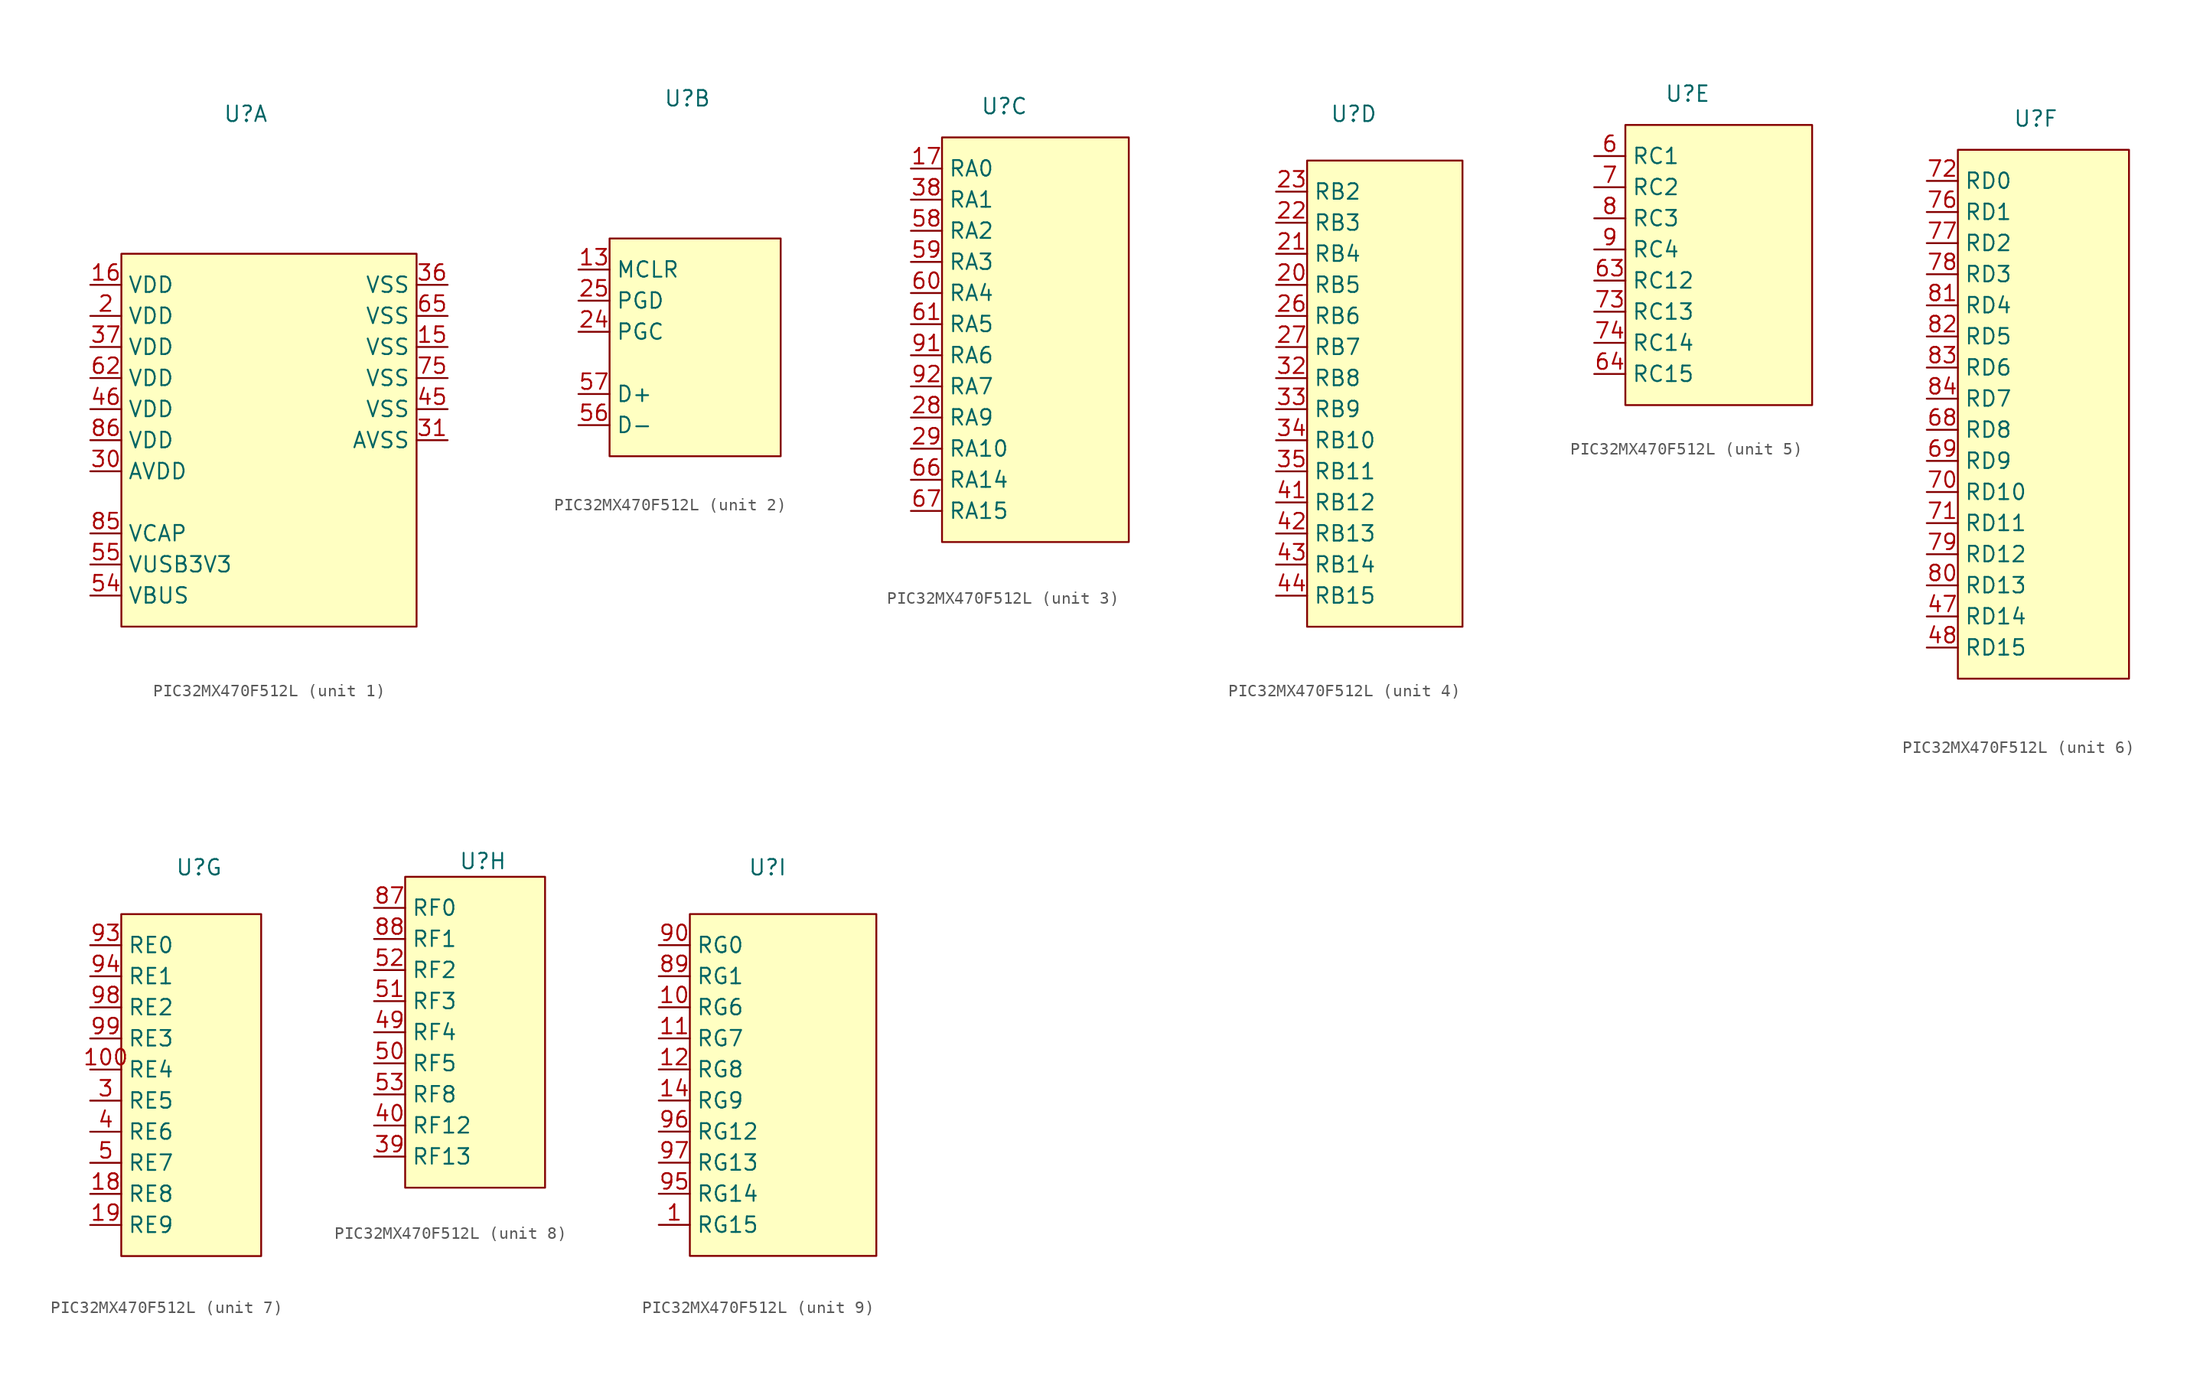
<source format=kicad_sym>
(kicad_symbol_lib
  (version 20220914)
  (generator kicad_symbol_editor)
  (symbol "PIC32MX470F512L"
    (property "Reference" "U"
      (at 0 19.05 0)
      (effects (font (size 1.27 1.27))))
    (property "Value" ""
      (at -10.16 7.62 0)
      (effects (font (size 1.27 1.27))))
    (property "ki_locked" ""
      (at 0 0 0)
      (effects (font (size 1.27 1.27))))
    (symbol "PIC32MX470F512L_1_1"
      (rectangle (start -10.16 7.62) (end 13.97 -22.86) (stroke (width 0) (type default)) (fill (type background)))
      (pin input line (at 16.51 0 180) (length 2.54) (name "VSS" (effects (font (size 1.27 1.27)))) (number "15" (effects (font (size 1.27 1.27)))))
      (pin input line (at -12.7 5.08 0) (length 2.54) (name "VDD" (effects (font (size 1.27 1.27)))) (number "16" (effects (font (size 1.27 1.27)))))
      (pin input line (at -12.7 2.54 0) (length 2.54) (name "VDD" (effects (font (size 1.27 1.27)))) (number "2" (effects (font (size 1.27 1.27)))))
      (pin input line (at -12.7 -10.16 0) (length 2.54) (name "AVDD" (effects (font (size 1.27 1.27)))) (number "30" (effects (font (size 1.27 1.27)))))
      (pin input line (at 16.51 -7.62 180) (length 2.54) (name "AVSS" (effects (font (size 1.27 1.27)))) (number "31" (effects (font (size 1.27 1.27)))))
      (pin input line (at 16.51 5.08 180) (length 2.54) (name "VSS" (effects (font (size 1.27 1.27)))) (number "36" (effects (font (size 1.27 1.27)))))
      (pin input line (at -12.7 0 0) (length 2.54) (name "VDD" (effects (font (size 1.27 1.27)))) (number "37" (effects (font (size 1.27 1.27)))))
      (pin input line (at 16.51 -5.08 180) (length 2.54) (name "VSS" (effects (font (size 1.27 1.27)))) (number "45" (effects (font (size 1.27 1.27)))))
      (pin input line (at -12.7 -5.08 0) (length 2.54) (name "VDD" (effects (font (size 1.27 1.27)))) (number "46" (effects (font (size 1.27 1.27)))))
      (pin input line (at -12.7 -20.32 0) (length 2.54) (name "VBUS" (effects (font (size 1.27 1.27)))) (number "54" (effects (font (size 1.27 1.27)))))
      (pin input line (at -12.7 -17.78 0) (length 2.54) (name "VUSB3V3" (effects (font (size 1.27 1.27)))) (number "55" (effects (font (size 1.27 1.27)))))
      (pin input line (at -12.7 -2.54 0) (length 2.54) (name "VDD" (effects (font (size 1.27 1.27)))) (number "62" (effects (font (size 1.27 1.27)))))
      (pin input line (at 16.51 2.54 180) (length 2.54) (name "VSS" (effects (font (size 1.27 1.27)))) (number "65" (effects (font (size 1.27 1.27)))))
      (pin input line (at 16.51 -2.54 180) (length 2.54) (name "VSS" (effects (font (size 1.27 1.27)))) (number "75" (effects (font (size 1.27 1.27)))))
      (pin input line (at -12.7 -15.24 0) (length 2.54) (name "VCAP" (effects (font (size 1.27 1.27)))) (number "85" (effects (font (size 1.27 1.27)))))
      (pin input line (at -12.7 -7.62 0) (length 2.54) (name "VDD" (effects (font (size 1.27 1.27)))) (number "86" (effects (font (size 1.27 1.27))))))
    (symbol "PIC32MX470F512L_2_1"
      (rectangle (start -6.35 7.62) (end 7.62 -10.16) (stroke (width 0) (type default)) (fill (type background)))
      (pin input line (at -8.89 5.08 0) (length 2.54) (name "MCLR" (effects (font (size 1.27 1.27)))) (number "13" (effects (font (size 1.27 1.27)))))
      (pin input line (at -8.89 0 0) (length 2.54) (name "PGC" (effects (font (size 1.27 1.27)))) (number "24" (effects (font (size 1.27 1.27)))))
      (pin input line (at -8.89 2.54 0) (length 2.54) (name "PGD" (effects (font (size 1.27 1.27)))) (number "25" (effects (font (size 1.27 1.27)))))
      (pin input line (at -8.89 -7.62 0) (length 2.54) (name "D-" (effects (font (size 1.27 1.27)))) (number "56" (effects (font (size 1.27 1.27)))))
      (pin input line (at -8.89 -5.08 0) (length 2.54) (name "D+" (effects (font (size 1.27 1.27)))) (number "57" (effects (font (size 1.27 1.27))))))
    (symbol "PIC32MX470F512L_3_1"
      (rectangle (start -5.08 16.51) (end 10.16 -16.51) (stroke (width 0) (type default)) (fill (type background)))
      (pin input line (at -7.62 13.97 0) (length 2.54) (name "RA0" (effects (font (size 1.27 1.27)))) (number "17" (effects (font (size 1.27 1.27)))))
      (pin input line (at -7.62 -6.35 0) (length 2.54) (name "RA9" (effects (font (size 1.27 1.27)))) (number "28" (effects (font (size 1.27 1.27)))))
      (pin input line (at -7.62 -8.89 0) (length 2.54) (name "RA10" (effects (font (size 1.27 1.27)))) (number "29" (effects (font (size 1.27 1.27)))))
      (pin input line (at -7.62 11.43 0) (length 2.54) (name "RA1" (effects (font (size 1.27 1.27)))) (number "38" (effects (font (size 1.27 1.27)))))
      (pin input line (at -7.62 8.89 0) (length 2.54) (name "RA2" (effects (font (size 1.27 1.27)))) (number "58" (effects (font (size 1.27 1.27)))))
      (pin input line (at -7.62 6.35 0) (length 2.54) (name "RA3" (effects (font (size 1.27 1.27)))) (number "59" (effects (font (size 1.27 1.27)))))
      (pin input line (at -7.62 3.81 0) (length 2.54) (name "RA4" (effects (font (size 1.27 1.27)))) (number "60" (effects (font (size 1.27 1.27)))))
      (pin input line (at -7.62 1.27 0) (length 2.54) (name "RA5" (effects (font (size 1.27 1.27)))) (number "61" (effects (font (size 1.27 1.27)))))
      (pin input line (at -7.62 -11.43 0) (length 2.54) (name "RA14" (effects (font (size 1.27 1.27)))) (number "66" (effects (font (size 1.27 1.27)))))
      (pin input line (at -7.62 -13.97 0) (length 2.54) (name "RA15" (effects (font (size 1.27 1.27)))) (number "67" (effects (font (size 1.27 1.27)))))
      (pin input line (at -7.62 -1.27 0) (length 2.54) (name "RA6" (effects (font (size 1.27 1.27)))) (number "91" (effects (font (size 1.27 1.27)))))
      (pin input line (at -7.62 -3.81 0) (length 2.54) (name "RA7" (effects (font (size 1.27 1.27)))) (number "92" (effects (font (size 1.27 1.27))))))
    (symbol "PIC32MX470F512L_4_1"
      (rectangle (start -3.81 15.24) (end 8.89 -22.86) (stroke (width 0) (type default)) (fill (type background)))
      (pin input line (at -6.35 5.08 0) (length 2.54) (name "RB5" (effects (font (size 1.27 1.27)))) (number "20" (effects (font (size 1.27 1.27)))))
      (pin input line (at -6.35 7.62 0) (length 2.54) (name "RB4" (effects (font (size 1.27 1.27)))) (number "21" (effects (font (size 1.27 1.27)))))
      (pin input line (at -6.35 10.16 0) (length 2.54) (name "RB3" (effects (font (size 1.27 1.27)))) (number "22" (effects (font (size 1.27 1.27)))))
      (pin input line (at -6.35 12.7 0) (length 2.54) (name "RB2" (effects (font (size 1.27 1.27)))) (number "23" (effects (font (size 1.27 1.27)))))
      (pin input line (at -6.35 2.54 0) (length 2.54) (name "RB6" (effects (font (size 1.27 1.27)))) (number "26" (effects (font (size 1.27 1.27)))))
      (pin input line (at -6.35 0 0) (length 2.54) (name "RB7" (effects (font (size 1.27 1.27)))) (number "27" (effects (font (size 1.27 1.27)))))
      (pin input line (at -6.35 -2.54 0) (length 2.54) (name "RB8" (effects (font (size 1.27 1.27)))) (number "32" (effects (font (size 1.27 1.27)))))
      (pin input line (at -6.35 -5.08 0) (length 2.54) (name "RB9" (effects (font (size 1.27 1.27)))) (number "33" (effects (font (size 1.27 1.27)))))
      (pin input line (at -6.35 -7.62 0) (length 2.54) (name "RB10" (effects (font (size 1.27 1.27)))) (number "34" (effects (font (size 1.27 1.27)))))
      (pin input line (at -6.35 -10.16 0) (length 2.54) (name "RB11" (effects (font (size 1.27 1.27)))) (number "35" (effects (font (size 1.27 1.27)))))
      (pin input line (at -6.35 -12.7 0) (length 2.54) (name "RB12" (effects (font (size 1.27 1.27)))) (number "41" (effects (font (size 1.27 1.27)))))
      (pin input line (at -6.35 -15.24 0) (length 2.54) (name "RB13" (effects (font (size 1.27 1.27)))) (number "42" (effects (font (size 1.27 1.27)))))
      (pin input line (at -6.35 -17.78 0) (length 2.54) (name "RB14" (effects (font (size 1.27 1.27)))) (number "43" (effects (font (size 1.27 1.27)))))
      (pin input line (at -6.35 -20.32 0) (length 2.54) (name "RB15" (effects (font (size 1.27 1.27)))) (number "44" (effects (font (size 1.27 1.27))))))
    (symbol "PIC32MX470F512L_5_1"
      (rectangle (start -5.08 16.51) (end 10.16 -6.35) (stroke (width 0) (type default)) (fill (type background)))
      (pin input line (at -7.62 13.97 0) (length 2.54) (name "RC1" (effects (font (size 1.27 1.27)))) (number "6" (effects (font (size 1.27 1.27)))))
      (pin input line (at -7.62 3.81 0) (length 2.54) (name "RC12" (effects (font (size 1.27 1.27)))) (number "63" (effects (font (size 1.27 1.27)))))
      (pin input line (at -7.62 -3.81 0) (length 2.54) (name "RC15" (effects (font (size 1.27 1.27)))) (number "64" (effects (font (size 1.27 1.27)))))
      (pin input line (at -7.62 11.43 0) (length 2.54) (name "RC2" (effects (font (size 1.27 1.27)))) (number "7" (effects (font (size 1.27 1.27)))))
      (pin input line (at -7.62 1.27 0) (length 2.54) (name "RC13" (effects (font (size 1.27 1.27)))) (number "73" (effects (font (size 1.27 1.27)))))
      (pin input line (at -7.62 -1.27 0) (length 2.54) (name "RC14" (effects (font (size 1.27 1.27)))) (number "74" (effects (font (size 1.27 1.27)))))
      (pin input line (at -7.62 8.89 0) (length 2.54) (name "RC3" (effects (font (size 1.27 1.27)))) (number "8" (effects (font (size 1.27 1.27)))))
      (pin input line (at -7.62 6.35 0) (length 2.54) (name "RC4" (effects (font (size 1.27 1.27)))) (number "9" (effects (font (size 1.27 1.27))))))
    (symbol "PIC32MX470F512L_6_1"
      (rectangle (start -6.35 16.51) (end 7.62 -26.67) (stroke (width 0) (type default)) (fill (type background)))
      (pin input line (at -8.89 -21.59 0) (length 2.54) (name "RD14" (effects (font (size 1.27 1.27)))) (number "47" (effects (font (size 1.27 1.27)))))
      (pin input line (at -8.89 -24.13 0) (length 2.54) (name "RD15" (effects (font (size 1.27 1.27)))) (number "48" (effects (font (size 1.27 1.27)))))
      (pin input line (at -8.89 -6.35 0) (length 2.54) (name "RD8" (effects (font (size 1.27 1.27)))) (number "68" (effects (font (size 1.27 1.27)))))
      (pin input line (at -8.89 -8.89 0) (length 2.54) (name "RD9" (effects (font (size 1.27 1.27)))) (number "69" (effects (font (size 1.27 1.27)))))
      (pin input line (at -8.89 -11.43 0) (length 2.54) (name "RD10" (effects (font (size 1.27 1.27)))) (number "70" (effects (font (size 1.27 1.27)))))
      (pin input line (at -8.89 -13.97 0) (length 2.54) (name "RD11" (effects (font (size 1.27 1.27)))) (number "71" (effects (font (size 1.27 1.27)))))
      (pin input line (at -8.89 13.97 0) (length 2.54) (name "RD0" (effects (font (size 1.27 1.27)))) (number "72" (effects (font (size 1.27 1.27)))))
      (pin input line (at -8.89 11.43 0) (length 2.54) (name "RD1" (effects (font (size 1.27 1.27)))) (number "76" (effects (font (size 1.27 1.27)))))
      (pin input line (at -8.89 8.89 0) (length 2.54) (name "RD2" (effects (font (size 1.27 1.27)))) (number "77" (effects (font (size 1.27 1.27)))))
      (pin input line (at -8.89 6.35 0) (length 2.54) (name "RD3" (effects (font (size 1.27 1.27)))) (number "78" (effects (font (size 1.27 1.27)))))
      (pin input line (at -8.89 -16.51 0) (length 2.54) (name "RD12" (effects (font (size 1.27 1.27)))) (number "79" (effects (font (size 1.27 1.27)))))
      (pin input line (at -8.89 -19.05 0) (length 2.54) (name "RD13" (effects (font (size 1.27 1.27)))) (number "80" (effects (font (size 1.27 1.27)))))
      (pin input line (at -8.89 3.81 0) (length 2.54) (name "RD4" (effects (font (size 1.27 1.27)))) (number "81" (effects (font (size 1.27 1.27)))))
      (pin input line (at -8.89 1.27 0) (length 2.54) (name "RD5" (effects (font (size 1.27 1.27)))) (number "82" (effects (font (size 1.27 1.27)))))
      (pin input line (at -8.89 -1.27 0) (length 2.54) (name "RD6" (effects (font (size 1.27 1.27)))) (number "83" (effects (font (size 1.27 1.27)))))
      (pin input line (at -8.89 -3.81 0) (length 2.54) (name "RD7" (effects (font (size 1.27 1.27)))) (number "84" (effects (font (size 1.27 1.27))))))
    (symbol "PIC32MX470F512L_7_1"
      (rectangle (start -6.35 15.24) (end 5.08 -12.7) (stroke (width 0) (type default)) (fill (type background)))
      (pin input line (at -8.89 2.54 0) (length 2.54) (name "RE4" (effects (font (size 1.27 1.27)))) (number "100" (effects (font (size 1.27 1.27)))))
      (pin input line (at -8.89 -7.62 0) (length 2.54) (name "RE8" (effects (font (size 1.27 1.27)))) (number "18" (effects (font (size 1.27 1.27)))))
      (pin input line (at -8.89 -10.16 0) (length 2.54) (name "RE9" (effects (font (size 1.27 1.27)))) (number "19" (effects (font (size 1.27 1.27)))))
      (pin input line (at -8.89 0 0) (length 2.54) (name "RE5" (effects (font (size 1.27 1.27)))) (number "3" (effects (font (size 1.27 1.27)))))
      (pin input line (at -8.89 -2.54 0) (length 2.54) (name "RE6" (effects (font (size 1.27 1.27)))) (number "4" (effects (font (size 1.27 1.27)))))
      (pin input line (at -8.89 -5.08 0) (length 2.54) (name "RE7" (effects (font (size 1.27 1.27)))) (number "5" (effects (font (size 1.27 1.27)))))
      (pin input line (at -8.89 12.7 0) (length 2.54) (name "RE0" (effects (font (size 1.27 1.27)))) (number "93" (effects (font (size 1.27 1.27)))))
      (pin input line (at -8.89 10.16 0) (length 2.54) (name "RE1" (effects (font (size 1.27 1.27)))) (number "94" (effects (font (size 1.27 1.27)))))
      (pin input line (at -8.89 7.62 0) (length 2.54) (name "RE2" (effects (font (size 1.27 1.27)))) (number "98" (effects (font (size 1.27 1.27)))))
      (pin input line (at -8.89 5.08 0) (length 2.54) (name "RE3" (effects (font (size 1.27 1.27)))) (number "99" (effects (font (size 1.27 1.27))))))
    (symbol "PIC32MX470F512L_8_1"
      (rectangle (start -6.35 17.78) (end 5.08 -7.62) (stroke (width 0) (type default)) (fill (type background)))
      (pin input line (at -8.89 -5.08 0) (length 2.54) (name "RF13" (effects (font (size 1.27 1.27)))) (number "39" (effects (font (size 1.27 1.27)))))
      (pin input line (at -8.89 -2.54 0) (length 2.54) (name "RF12" (effects (font (size 1.27 1.27)))) (number "40" (effects (font (size 1.27 1.27)))))
      (pin input line (at -8.89 5.08 0) (length 2.54) (name "RF4" (effects (font (size 1.27 1.27)))) (number "49" (effects (font (size 1.27 1.27)))))
      (pin input line (at -8.89 2.54 0) (length 2.54) (name "RF5" (effects (font (size 1.27 1.27)))) (number "50" (effects (font (size 1.27 1.27)))))
      (pin input line (at -8.89 7.62 0) (length 2.54) (name "RF3" (effects (font (size 1.27 1.27)))) (number "51" (effects (font (size 1.27 1.27)))))
      (pin input line (at -8.89 10.16 0) (length 2.54) (name "RF2" (effects (font (size 1.27 1.27)))) (number "52" (effects (font (size 1.27 1.27)))))
      (pin input line (at -8.89 0 0) (length 2.54) (name "RF8" (effects (font (size 1.27 1.27)))) (number "53" (effects (font (size 1.27 1.27)))))
      (pin input line (at -8.89 15.24 0) (length 2.54) (name "RF0" (effects (font (size 1.27 1.27)))) (number "87" (effects (font (size 1.27 1.27)))))
      (pin input line (at -8.89 12.7 0) (length 2.54) (name "RF1" (effects (font (size 1.27 1.27)))) (number "88" (effects (font (size 1.27 1.27))))))
    (symbol "PIC32MX470F512L_9_1"
      (rectangle (start -6.35 15.24) (end 8.89 -12.7) (stroke (width 0) (type default)) (fill (type background)))
      (pin input line (at -8.89 -10.16 0) (length 2.54) (name "RG15" (effects (font (size 1.27 1.27)))) (number "1" (effects (font (size 1.27 1.27)))))
      (pin input line (at -8.89 7.62 0) (length 2.54) (name "RG6" (effects (font (size 1.27 1.27)))) (number "10" (effects (font (size 1.27 1.27)))))
      (pin input line (at -8.89 5.08 0) (length 2.54) (name "RG7" (effects (font (size 1.27 1.27)))) (number "11" (effects (font (size 1.27 1.27)))))
      (pin input line (at -8.89 2.54 0) (length 2.54) (name "RG8" (effects (font (size 1.27 1.27)))) (number "12" (effects (font (size 1.27 1.27)))))
      (pin input line (at -8.89 0 0) (length 2.54) (name "RG9" (effects (font (size 1.27 1.27)))) (number "14" (effects (font (size 1.27 1.27)))))
      (pin input line (at -8.89 10.16 0) (length 2.54) (name "RG1" (effects (font (size 1.27 1.27)))) (number "89" (effects (font (size 1.27 1.27)))))
      (pin input line (at -8.89 12.7 0) (length 2.54) (name "RG0" (effects (font (size 1.27 1.27)))) (number "90" (effects (font (size 1.27 1.27)))))
      (pin input line (at -8.89 -7.62 0) (length 2.54) (name "RG14" (effects (font (size 1.27 1.27)))) (number "95" (effects (font (size 1.27 1.27)))))
      (pin input line (at -8.89 -2.54 0) (length 2.54) (name "RG12" (effects (font (size 1.27 1.27)))) (number "96" (effects (font (size 1.27 1.27)))))
      (pin input line (at -8.89 -5.08 0) (length 2.54) (name "RG13" (effects (font (size 1.27 1.27)))) (number "97" (effects (font (size 1.27 1.27))))))))
</source>
